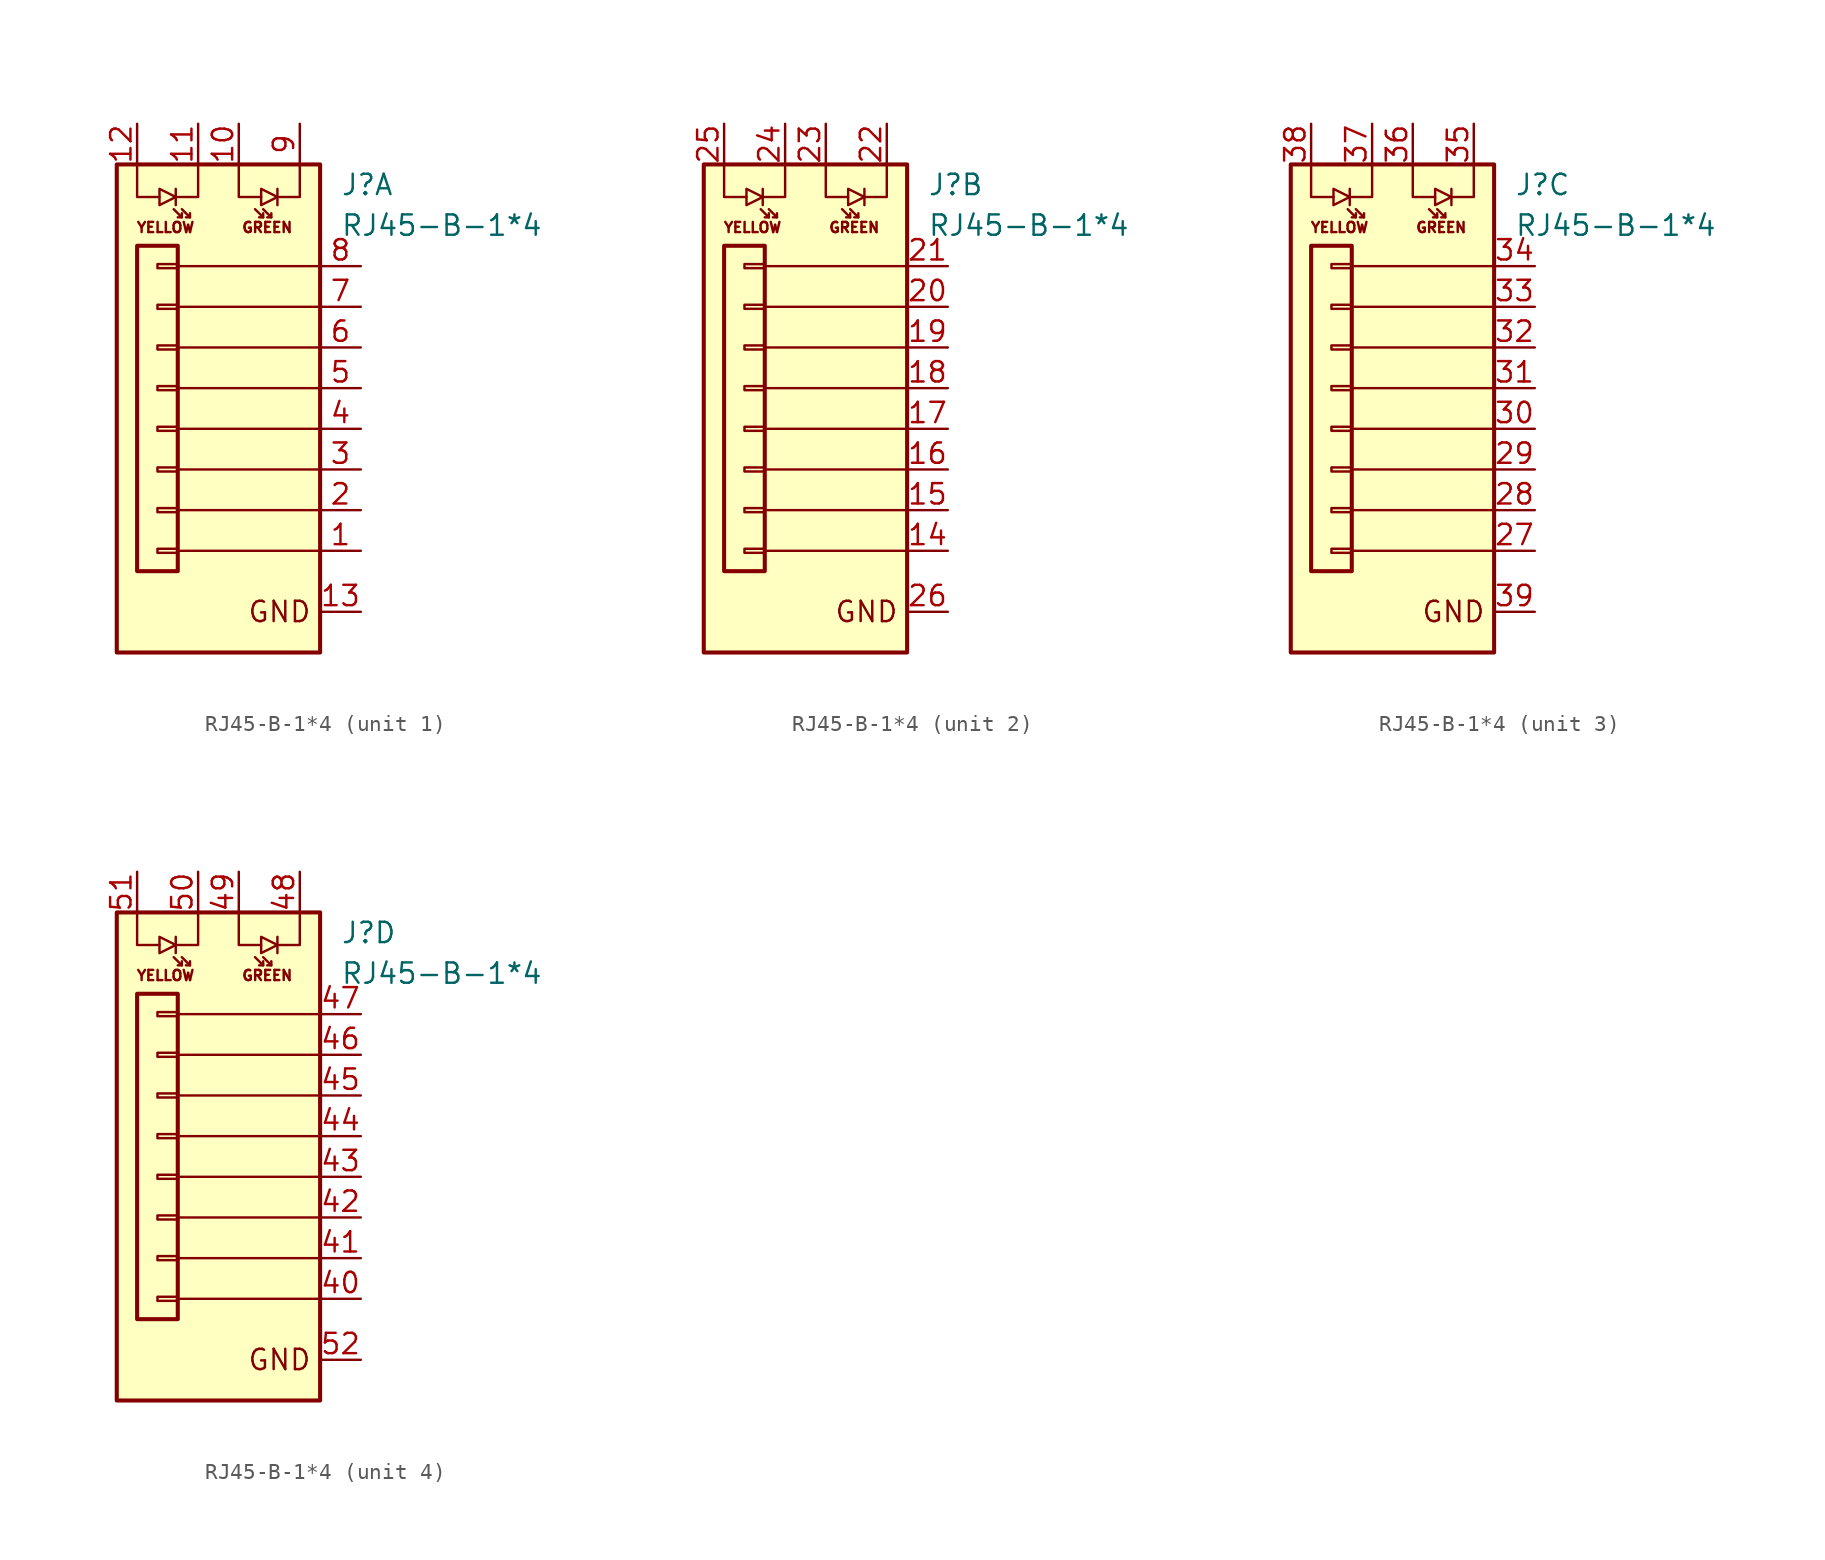
<source format=kicad_sym>
(kicad_symbol_lib
  (version 20231120)
  (generator "kicad_symbol_editor")
  (generator_version "8.0")
  (symbol "RJ45-B-1*4"
    (pin_names hide)
    (property "Reference" "J"
      (at 7.62 8.89 0)
      (effects (font (size 1.27 1.27)) (justify left)))
    (property "Value" "RJ45-B-1*4"
      (at 7.62 6.35 0)
      (effects (font (size 1.27 1.27)) (justify left)))
    (symbol "RJ45-B-1*4_0_1"
      (rectangle (start -6.35 10.16) (end 6.35 -20.32) (stroke (width 0.254) (type default)) (fill (type background)))
      (rectangle (start -5.08 5.08) (end -2.54 -15.24) (stroke (width 0.254) (type default)) (fill (type none)))
      (polyline (pts (xy -2.54 -13.97) (xy 6.35 -13.97)) (stroke (width 0) (type default)) (fill (type none)))
      (polyline (pts (xy -2.54 -11.43) (xy 6.35 -11.43)) (stroke (width 0) (type default)) (fill (type none)))
      (polyline (pts (xy -2.54 -8.89) (xy 6.35 -8.89)) (stroke (width 0) (type default)) (fill (type none)))
      (polyline (pts (xy -2.54 -6.35) (xy 6.35 -6.35)) (stroke (width 0) (type default)) (fill (type none)))
      (polyline (pts (xy -2.54 -3.81) (xy 6.35 -3.81)) (stroke (width 0) (type default)) (fill (type none)))
      (polyline (pts (xy -2.54 -1.27) (xy 6.35 -1.27)) (stroke (width 0) (type default)) (fill (type none)))
      (polyline (pts (xy -2.54 1.27) (xy 6.35 1.27)) (stroke (width 0) (type default)) (fill (type none)))
      (polyline (pts (xy -2.54 3.81) (xy 6.35 3.81)) (stroke (width 0) (type default)) (fill (type none))))
    (symbol "RJ45-B-1*4_1_1"
      (rectangle (start -2.54 -14.097) (end -3.81 -13.843) (stroke (width 0.152) (type default)) (fill (type none)))
      (rectangle (start -2.54 -11.557) (end -3.81 -11.303) (stroke (width 0.152) (type default)) (fill (type none)))
      (rectangle (start -2.54 -9.017) (end -3.81 -8.763) (stroke (width 0.152) (type default)) (fill (type none)))
      (rectangle (start -2.54 -6.477) (end -3.81 -6.223) (stroke (width 0.152) (type default)) (fill (type none)))
      (rectangle (start -2.54 -3.937) (end -3.81 -3.683) (stroke (width 0.152) (type default)) (fill (type none)))
      (rectangle (start -2.54 -1.397) (end -3.81 -1.143) (stroke (width 0.152) (type default)) (fill (type none)))
      (rectangle (start -2.54 1.143) (end -3.81 1.397) (stroke (width 0.152) (type default)) (fill (type none)))
      (rectangle (start -2.54 3.683) (end -3.81 3.937) (stroke (width 0.152) (type default)) (fill (type none)))
      (polyline (pts (xy -2.667 8.636) (xy -2.667 7.62)) (stroke (width 0) (type default)) (fill (type none)))
      (polyline (pts (xy -2.286 6.858) (xy -2.794 7.366)) (stroke (width 0) (type default)) (fill (type none)))
      (polyline (pts (xy -1.778 6.858) (xy -2.286 7.366)) (stroke (width 0) (type default)) (fill (type none)))
      (polyline (pts (xy 2.794 6.858) (xy 2.286 7.366)) (stroke (width 0) (type default)) (fill (type none)))
      (polyline (pts (xy 3.302 6.858) (xy 2.794 7.366)) (stroke (width 0) (type default)) (fill (type none)))
      (polyline (pts (xy 3.683 8.636) (xy 3.683 7.62)) (stroke (width 0) (type default)) (fill (type none)))
      (polyline (pts (xy -5.08 10.16) (xy -5.08 8.128) (xy -3.683 8.128)) (stroke (width 0) (type default)) (fill (type none)))
      (polyline (pts (xy -2.286 7.112) (xy -2.286 6.858) (xy -2.54 6.858)) (stroke (width 0) (type default)) (fill (type none)))
      (polyline (pts (xy -1.778 7.112) (xy -1.778 6.858) (xy -2.032 6.858)) (stroke (width 0) (type default)) (fill (type none)))
      (polyline (pts (xy -1.27 10.16) (xy -1.27 8.128) (xy -2.667 8.128)) (stroke (width 0) (type default)) (fill (type none)))
      (polyline (pts (xy 1.27 10.16) (xy 1.27 8.128) (xy 2.667 8.128)) (stroke (width 0) (type default)) (fill (type none)))
      (polyline (pts (xy 2.794 7.112) (xy 2.794 6.858) (xy 2.54 6.858)) (stroke (width 0) (type default)) (fill (type none)))
      (polyline (pts (xy 3.302 7.112) (xy 3.302 6.858) (xy 3.048 6.858)) (stroke (width 0) (type default)) (fill (type none)))
      (polyline (pts (xy 5.08 10.16) (xy 5.08 8.128) (xy 3.683 8.128)) (stroke (width 0) (type default)) (fill (type none)))
      (polyline (pts (xy -2.667 8.128) (xy -3.683 8.636) (xy -3.683 7.62) (xy -2.667 8.128)) (stroke (width 0) (type default)) (fill (type none)))
      (polyline (pts (xy 3.683 8.128) (xy 2.667 8.636) (xy 2.667 7.62) (xy 3.683 8.128)) (stroke (width 0) (type default)) (fill (type none)))
      (text "GND" (at 3.81 -17.78 0) (effects (font (size 1.27 1.27))))
      (text "GREEN" (at 3.048 6.223 0) (effects (font (size 0.635 0.635))))
      (text "YELLOW" (at -3.302 6.223 0) (effects (font (size 0.635 0.635))))
      (pin passive line (at 8.89 -13.97 180) (length 2.54) (name "BI_DA+" (effects (font (size 1.27 1.27)))) (number "1" (effects (font (size 1.27 1.27)))))
      (pin passive line (at 1.27 12.7 270) (length 2.54) (name "" (effects (font (size 1.27 1.27)))) (number "10" (effects (font (size 1.27 1.27)))))
      (pin passive line (at -1.27 12.7 270) (length 2.54) (name "" (effects (font (size 1.27 1.27)))) (number "11" (effects (font (size 1.27 1.27)))))
      (pin passive line (at -5.08 12.7 270) (length 2.54) (name "" (effects (font (size 1.27 1.27)))) (number "12" (effects (font (size 1.27 1.27)))))
      (pin passive line (at 8.89 -17.78 180) (length 2.54) (name "" (effects (font (size 1.27 1.27)))) (number "13" (effects (font (size 1.27 1.27)))))
      (pin passive line (at 8.89 -11.43 180) (length 2.54) (name "BI_DA-" (effects (font (size 1.27 1.27)))) (number "2" (effects (font (size 1.27 1.27)))))
      (pin passive line (at 8.89 -8.89 180) (length 2.54) (name "BI_DB+" (effects (font (size 1.27 1.27)))) (number "3" (effects (font (size 1.27 1.27)))))
      (pin passive line (at 8.89 -6.35 180) (length 2.54) (name "BI_DC+" (effects (font (size 1.27 1.27)))) (number "4" (effects (font (size 1.27 1.27)))))
      (pin passive line (at 8.89 -3.81 180) (length 2.54) (name "BI_DC-" (effects (font (size 1.27 1.27)))) (number "5" (effects (font (size 1.27 1.27)))))
      (pin passive line (at 8.89 -1.27 180) (length 2.54) (name "BI_DB-" (effects (font (size 1.27 1.27)))) (number "6" (effects (font (size 1.27 1.27)))))
      (pin passive line (at 8.89 1.27 180) (length 2.54) (name "BI_DD+" (effects (font (size 1.27 1.27)))) (number "7" (effects (font (size 1.27 1.27)))))
      (pin passive line (at 8.89 3.81 180) (length 2.54) (name "BI_DD-" (effects (font (size 1.27 1.27)))) (number "8" (effects (font (size 1.27 1.27)))))
      (pin passive line (at 5.08 12.7 270) (length 2.54) (name "" (effects (font (size 1.27 1.27)))) (number "9" (effects (font (size 1.27 1.27))))))
    (symbol "RJ45-B-1*4_2_1"
      (rectangle (start -2.54 -14.097) (end -3.81 -13.843) (stroke (width 0.152) (type default)) (fill (type none)))
      (rectangle (start -2.54 -11.557) (end -3.81 -11.303) (stroke (width 0.152) (type default)) (fill (type none)))
      (rectangle (start -2.54 -9.017) (end -3.81 -8.763) (stroke (width 0.152) (type default)) (fill (type none)))
      (rectangle (start -2.54 -6.477) (end -3.81 -6.223) (stroke (width 0.152) (type default)) (fill (type none)))
      (rectangle (start -2.54 -3.937) (end -3.81 -3.683) (stroke (width 0.152) (type default)) (fill (type none)))
      (rectangle (start -2.54 -1.397) (end -3.81 -1.143) (stroke (width 0.152) (type default)) (fill (type none)))
      (rectangle (start -2.54 1.143) (end -3.81 1.397) (stroke (width 0.152) (type default)) (fill (type none)))
      (rectangle (start -2.54 3.683) (end -3.81 3.937) (stroke (width 0.152) (type default)) (fill (type none)))
      (polyline (pts (xy -2.667 8.636) (xy -2.667 7.62)) (stroke (width 0) (type default)) (fill (type none)))
      (polyline (pts (xy -2.286 6.858) (xy -2.794 7.366)) (stroke (width 0) (type default)) (fill (type none)))
      (polyline (pts (xy -1.778 6.858) (xy -2.286 7.366)) (stroke (width 0) (type default)) (fill (type none)))
      (polyline (pts (xy 2.794 6.858) (xy 2.286 7.366)) (stroke (width 0) (type default)) (fill (type none)))
      (polyline (pts (xy 3.302 6.858) (xy 2.794 7.366)) (stroke (width 0) (type default)) (fill (type none)))
      (polyline (pts (xy 3.683 8.636) (xy 3.683 7.62)) (stroke (width 0) (type default)) (fill (type none)))
      (polyline (pts (xy -5.08 10.16) (xy -5.08 8.128) (xy -3.683 8.128)) (stroke (width 0) (type default)) (fill (type none)))
      (polyline (pts (xy -2.286 7.112) (xy -2.286 6.858) (xy -2.54 6.858)) (stroke (width 0) (type default)) (fill (type none)))
      (polyline (pts (xy -1.778 7.112) (xy -1.778 6.858) (xy -2.032 6.858)) (stroke (width 0) (type default)) (fill (type none)))
      (polyline (pts (xy -1.27 10.16) (xy -1.27 8.128) (xy -2.667 8.128)) (stroke (width 0) (type default)) (fill (type none)))
      (polyline (pts (xy 1.27 10.16) (xy 1.27 8.128) (xy 2.667 8.128)) (stroke (width 0) (type default)) (fill (type none)))
      (polyline (pts (xy 2.794 7.112) (xy 2.794 6.858) (xy 2.54 6.858)) (stroke (width 0) (type default)) (fill (type none)))
      (polyline (pts (xy 3.302 7.112) (xy 3.302 6.858) (xy 3.048 6.858)) (stroke (width 0) (type default)) (fill (type none)))
      (polyline (pts (xy 5.08 10.16) (xy 5.08 8.128) (xy 3.683 8.128)) (stroke (width 0) (type default)) (fill (type none)))
      (polyline (pts (xy -2.667 8.128) (xy -3.683 8.636) (xy -3.683 7.62) (xy -2.667 8.128)) (stroke (width 0) (type default)) (fill (type none)))
      (polyline (pts (xy 3.683 8.128) (xy 2.667 8.636) (xy 2.667 7.62) (xy 3.683 8.128)) (stroke (width 0) (type default)) (fill (type none)))
      (text "GND" (at 3.81 -17.78 0) (effects (font (size 1.27 1.27))))
      (text "GREEN" (at 3.048 6.223 0) (effects (font (size 0.635 0.635))))
      (text "YELLOW" (at -3.302 6.223 0) (effects (font (size 0.635 0.635))))
      (pin passive line (at 8.89 -13.97 180) (length 2.54) (name "BI_DA+" (effects (font (size 1.27 1.27)))) (number "14" (effects (font (size 1.27 1.27)))))
      (pin passive line (at 8.89 -11.43 180) (length 2.54) (name "BI_DA-" (effects (font (size 1.27 1.27)))) (number "15" (effects (font (size 1.27 1.27)))))
      (pin passive line (at 8.89 -8.89 180) (length 2.54) (name "BI_DB+" (effects (font (size 1.27 1.27)))) (number "16" (effects (font (size 1.27 1.27)))))
      (pin passive line (at 8.89 -6.35 180) (length 2.54) (name "BI_DC+" (effects (font (size 1.27 1.27)))) (number "17" (effects (font (size 1.27 1.27)))))
      (pin passive line (at 8.89 -3.81 180) (length 2.54) (name "BI_DC-" (effects (font (size 1.27 1.27)))) (number "18" (effects (font (size 1.27 1.27)))))
      (pin passive line (at 8.89 -1.27 180) (length 2.54) (name "BI_DB-" (effects (font (size 1.27 1.27)))) (number "19" (effects (font (size 1.27 1.27)))))
      (pin passive line (at 8.89 1.27 180) (length 2.54) (name "BI_DD+" (effects (font (size 1.27 1.27)))) (number "20" (effects (font (size 1.27 1.27)))))
      (pin passive line (at 8.89 3.81 180) (length 2.54) (name "BI_DD-" (effects (font (size 1.27 1.27)))) (number "21" (effects (font (size 1.27 1.27)))))
      (pin passive line (at 5.08 12.7 270) (length 2.54) (name "" (effects (font (size 1.27 1.27)))) (number "22" (effects (font (size 1.27 1.27)))))
      (pin passive line (at 1.27 12.7 270) (length 2.54) (name "" (effects (font (size 1.27 1.27)))) (number "23" (effects (font (size 1.27 1.27)))))
      (pin passive line (at -1.27 12.7 270) (length 2.54) (name "" (effects (font (size 1.27 1.27)))) (number "24" (effects (font (size 1.27 1.27)))))
      (pin passive line (at -5.08 12.7 270) (length 2.54) (name "" (effects (font (size 1.27 1.27)))) (number "25" (effects (font (size 1.27 1.27)))))
      (pin passive line (at 8.89 -17.78 180) (length 2.54) (name "" (effects (font (size 1.27 1.27)))) (number "26" (effects (font (size 1.27 1.27))))))
    (symbol "RJ45-B-1*4_3_1"
      (rectangle (start -2.54 -14.097) (end -3.81 -13.843) (stroke (width 0.152) (type default)) (fill (type none)))
      (rectangle (start -2.54 -11.557) (end -3.81 -11.303) (stroke (width 0.152) (type default)) (fill (type none)))
      (rectangle (start -2.54 -9.017) (end -3.81 -8.763) (stroke (width 0.152) (type default)) (fill (type none)))
      (rectangle (start -2.54 -6.477) (end -3.81 -6.223) (stroke (width 0.152) (type default)) (fill (type none)))
      (rectangle (start -2.54 -3.937) (end -3.81 -3.683) (stroke (width 0.152) (type default)) (fill (type none)))
      (rectangle (start -2.54 -1.397) (end -3.81 -1.143) (stroke (width 0.152) (type default)) (fill (type none)))
      (rectangle (start -2.54 1.143) (end -3.81 1.397) (stroke (width 0.152) (type default)) (fill (type none)))
      (rectangle (start -2.54 3.683) (end -3.81 3.937) (stroke (width 0.152) (type default)) (fill (type none)))
      (polyline (pts (xy -2.667 8.636) (xy -2.667 7.62)) (stroke (width 0) (type default)) (fill (type none)))
      (polyline (pts (xy -2.286 6.858) (xy -2.794 7.366)) (stroke (width 0) (type default)) (fill (type none)))
      (polyline (pts (xy -1.778 6.858) (xy -2.286 7.366)) (stroke (width 0) (type default)) (fill (type none)))
      (polyline (pts (xy 2.794 6.858) (xy 2.286 7.366)) (stroke (width 0) (type default)) (fill (type none)))
      (polyline (pts (xy 3.302 6.858) (xy 2.794 7.366)) (stroke (width 0) (type default)) (fill (type none)))
      (polyline (pts (xy 3.683 8.636) (xy 3.683 7.62)) (stroke (width 0) (type default)) (fill (type none)))
      (polyline (pts (xy -5.08 10.16) (xy -5.08 8.128) (xy -3.683 8.128)) (stroke (width 0) (type default)) (fill (type none)))
      (polyline (pts (xy -2.286 7.112) (xy -2.286 6.858) (xy -2.54 6.858)) (stroke (width 0) (type default)) (fill (type none)))
      (polyline (pts (xy -1.778 7.112) (xy -1.778 6.858) (xy -2.032 6.858)) (stroke (width 0) (type default)) (fill (type none)))
      (polyline (pts (xy -1.27 10.16) (xy -1.27 8.128) (xy -2.667 8.128)) (stroke (width 0) (type default)) (fill (type none)))
      (polyline (pts (xy 1.27 10.16) (xy 1.27 8.128) (xy 2.667 8.128)) (stroke (width 0) (type default)) (fill (type none)))
      (polyline (pts (xy 2.794 7.112) (xy 2.794 6.858) (xy 2.54 6.858)) (stroke (width 0) (type default)) (fill (type none)))
      (polyline (pts (xy 3.302 7.112) (xy 3.302 6.858) (xy 3.048 6.858)) (stroke (width 0) (type default)) (fill (type none)))
      (polyline (pts (xy 5.08 10.16) (xy 5.08 8.128) (xy 3.683 8.128)) (stroke (width 0) (type default)) (fill (type none)))
      (polyline (pts (xy -2.667 8.128) (xy -3.683 8.636) (xy -3.683 7.62) (xy -2.667 8.128)) (stroke (width 0) (type default)) (fill (type none)))
      (polyline (pts (xy 3.683 8.128) (xy 2.667 8.636) (xy 2.667 7.62) (xy 3.683 8.128)) (stroke (width 0) (type default)) (fill (type none)))
      (text "GND" (at 3.81 -17.78 0) (effects (font (size 1.27 1.27))))
      (text "GREEN" (at 3.048 6.223 0) (effects (font (size 0.635 0.635))))
      (text "YELLOW" (at -3.302 6.223 0) (effects (font (size 0.635 0.635))))
      (pin passive line (at 8.89 -13.97 180) (length 2.54) (name "BI_DA+" (effects (font (size 1.27 1.27)))) (number "27" (effects (font (size 1.27 1.27)))))
      (pin passive line (at 8.89 -11.43 180) (length 2.54) (name "BI_DA-" (effects (font (size 1.27 1.27)))) (number "28" (effects (font (size 1.27 1.27)))))
      (pin passive line (at 8.89 -8.89 180) (length 2.54) (name "BI_DB+" (effects (font (size 1.27 1.27)))) (number "29" (effects (font (size 1.27 1.27)))))
      (pin passive line (at 8.89 -6.35 180) (length 2.54) (name "BI_DC+" (effects (font (size 1.27 1.27)))) (number "30" (effects (font (size 1.27 1.27)))))
      (pin passive line (at 8.89 -3.81 180) (length 2.54) (name "BI_DC-" (effects (font (size 1.27 1.27)))) (number "31" (effects (font (size 1.27 1.27)))))
      (pin passive line (at 8.89 -1.27 180) (length 2.54) (name "BI_DB-" (effects (font (size 1.27 1.27)))) (number "32" (effects (font (size 1.27 1.27)))))
      (pin passive line (at 8.89 1.27 180) (length 2.54) (name "BI_DD+" (effects (font (size 1.27 1.27)))) (number "33" (effects (font (size 1.27 1.27)))))
      (pin passive line (at 8.89 3.81 180) (length 2.54) (name "BI_DD-" (effects (font (size 1.27 1.27)))) (number "34" (effects (font (size 1.27 1.27)))))
      (pin passive line (at 5.08 12.7 270) (length 2.54) (name "" (effects (font (size 1.27 1.27)))) (number "35" (effects (font (size 1.27 1.27)))))
      (pin passive line (at 1.27 12.7 270) (length 2.54) (name "" (effects (font (size 1.27 1.27)))) (number "36" (effects (font (size 1.27 1.27)))))
      (pin passive line (at -1.27 12.7 270) (length 2.54) (name "" (effects (font (size 1.27 1.27)))) (number "37" (effects (font (size 1.27 1.27)))))
      (pin passive line (at -5.08 12.7 270) (length 2.54) (name "" (effects (font (size 1.27 1.27)))) (number "38" (effects (font (size 1.27 1.27)))))
      (pin passive line (at 8.89 -17.78 180) (length 2.54) (name "" (effects (font (size 1.27 1.27)))) (number "39" (effects (font (size 1.27 1.27))))))
    (symbol "RJ45-B-1*4_4_1"
      (rectangle (start -2.54 -14.097) (end -3.81 -13.843) (stroke (width 0.152) (type default)) (fill (type none)))
      (rectangle (start -2.54 -11.557) (end -3.81 -11.303) (stroke (width 0.152) (type default)) (fill (type none)))
      (rectangle (start -2.54 -9.017) (end -3.81 -8.763) (stroke (width 0.152) (type default)) (fill (type none)))
      (rectangle (start -2.54 -6.477) (end -3.81 -6.223) (stroke (width 0.152) (type default)) (fill (type none)))
      (rectangle (start -2.54 -3.937) (end -3.81 -3.683) (stroke (width 0.152) (type default)) (fill (type none)))
      (rectangle (start -2.54 -1.397) (end -3.81 -1.143) (stroke (width 0.152) (type default)) (fill (type none)))
      (rectangle (start -2.54 1.143) (end -3.81 1.397) (stroke (width 0.152) (type default)) (fill (type none)))
      (rectangle (start -2.54 3.683) (end -3.81 3.937) (stroke (width 0.152) (type default)) (fill (type none)))
      (polyline (pts (xy -2.667 8.636) (xy -2.667 7.62)) (stroke (width 0) (type default)) (fill (type none)))
      (polyline (pts (xy -2.286 6.858) (xy -2.794 7.366)) (stroke (width 0) (type default)) (fill (type none)))
      (polyline (pts (xy -1.778 6.858) (xy -2.286 7.366)) (stroke (width 0) (type default)) (fill (type none)))
      (polyline (pts (xy 2.794 6.858) (xy 2.286 7.366)) (stroke (width 0) (type default)) (fill (type none)))
      (polyline (pts (xy 3.302 6.858) (xy 2.794 7.366)) (stroke (width 0) (type default)) (fill (type none)))
      (polyline (pts (xy 3.683 8.636) (xy 3.683 7.62)) (stroke (width 0) (type default)) (fill (type none)))
      (polyline (pts (xy -5.08 10.16) (xy -5.08 8.128) (xy -3.683 8.128)) (stroke (width 0) (type default)) (fill (type none)))
      (polyline (pts (xy -2.286 7.112) (xy -2.286 6.858) (xy -2.54 6.858)) (stroke (width 0) (type default)) (fill (type none)))
      (polyline (pts (xy -1.778 7.112) (xy -1.778 6.858) (xy -2.032 6.858)) (stroke (width 0) (type default)) (fill (type none)))
      (polyline (pts (xy -1.27 10.16) (xy -1.27 8.128) (xy -2.667 8.128)) (stroke (width 0) (type default)) (fill (type none)))
      (polyline (pts (xy 1.27 10.16) (xy 1.27 8.128) (xy 2.667 8.128)) (stroke (width 0) (type default)) (fill (type none)))
      (polyline (pts (xy 2.794 7.112) (xy 2.794 6.858) (xy 2.54 6.858)) (stroke (width 0) (type default)) (fill (type none)))
      (polyline (pts (xy 3.302 7.112) (xy 3.302 6.858) (xy 3.048 6.858)) (stroke (width 0) (type default)) (fill (type none)))
      (polyline (pts (xy 5.08 10.16) (xy 5.08 8.128) (xy 3.683 8.128)) (stroke (width 0) (type default)) (fill (type none)))
      (polyline (pts (xy -2.667 8.128) (xy -3.683 8.636) (xy -3.683 7.62) (xy -2.667 8.128)) (stroke (width 0) (type default)) (fill (type none)))
      (polyline (pts (xy 3.683 8.128) (xy 2.667 8.636) (xy 2.667 7.62) (xy 3.683 8.128)) (stroke (width 0) (type default)) (fill (type none)))
      (text "GND" (at 3.81 -17.78 0) (effects (font (size 1.27 1.27))))
      (text "GREEN" (at 3.048 6.223 0) (effects (font (size 0.635 0.635))))
      (text "YELLOW" (at -3.302 6.223 0) (effects (font (size 0.635 0.635))))
      (pin passive line (at 8.89 -13.97 180) (length 2.54) (name "BI_DA+" (effects (font (size 1.27 1.27)))) (number "40" (effects (font (size 1.27 1.27)))))
      (pin passive line (at 8.89 -11.43 180) (length 2.54) (name "BI_DA-" (effects (font (size 1.27 1.27)))) (number "41" (effects (font (size 1.27 1.27)))))
      (pin passive line (at 8.89 -8.89 180) (length 2.54) (name "BI_DB+" (effects (font (size 1.27 1.27)))) (number "42" (effects (font (size 1.27 1.27)))))
      (pin passive line (at 8.89 -6.35 180) (length 2.54) (name "BI_DC+" (effects (font (size 1.27 1.27)))) (number "43" (effects (font (size 1.27 1.27)))))
      (pin passive line (at 8.89 -3.81 180) (length 2.54) (name "BI_DC-" (effects (font (size 1.27 1.27)))) (number "44" (effects (font (size 1.27 1.27)))))
      (pin passive line (at 8.89 -1.27 180) (length 2.54) (name "BI_DB-" (effects (font (size 1.27 1.27)))) (number "45" (effects (font (size 1.27 1.27)))))
      (pin passive line (at 8.89 1.27 180) (length 2.54) (name "BI_DD+" (effects (font (size 1.27 1.27)))) (number "46" (effects (font (size 1.27 1.27)))))
      (pin passive line (at 8.89 3.81 180) (length 2.54) (name "BI_DD-" (effects (font (size 1.27 1.27)))) (number "47" (effects (font (size 1.27 1.27)))))
      (pin passive line (at 5.08 12.7 270) (length 2.54) (name "" (effects (font (size 1.27 1.27)))) (number "48" (effects (font (size 1.27 1.27)))))
      (pin passive line (at 1.27 12.7 270) (length 2.54) (name "" (effects (font (size 1.27 1.27)))) (number "49" (effects (font (size 1.27 1.27)))))
      (pin passive line (at -1.27 12.7 270) (length 2.54) (name "" (effects (font (size 1.27 1.27)))) (number "50" (effects (font (size 1.27 1.27)))))
      (pin passive line (at -5.08 12.7 270) (length 2.54) (name "" (effects (font (size 1.27 1.27)))) (number "51" (effects (font (size 1.27 1.27)))))
      (pin passive line (at 8.89 -17.78 180) (length 2.54) (name "" (effects (font (size 1.27 1.27)))) (number "52" (effects (font (size 1.27 1.27))))))))
</source>
